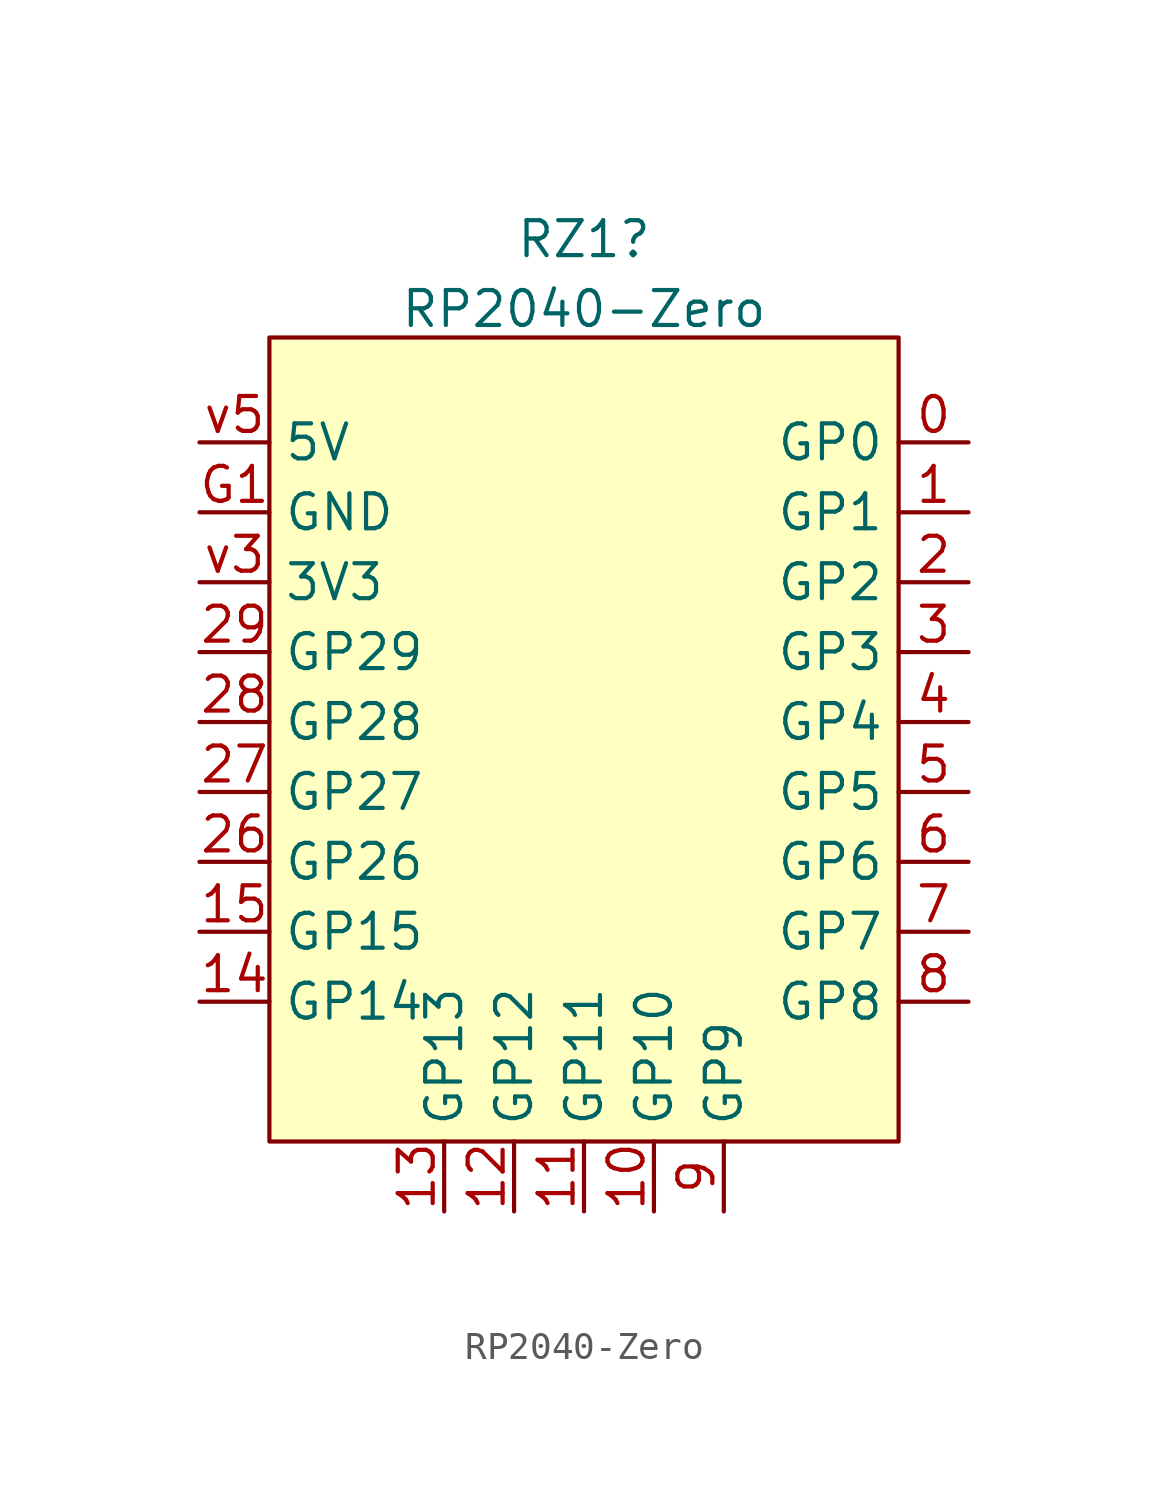
<source format=kicad_sym>
(kicad_symbol_lib
  (version 20220914)
  (generator kicad_symbol_editor)
  (symbol "RP2040-Zero"
    (property "Reference" "RZ1"
      (at 1.27 17.543 0)
      (effects (font (size 1.27 1.27))))
    (property "Value" "RP2040-Zero"
      (at 1.27 15.006 0)
      (effects (font (size 1.27 1.27))))
    (symbol "RP2040-Zero_0_1"
      (rectangle (start -10.16 13.97) (end 12.7 -15.24) (stroke (width 0) (type default)) (fill (type background))))
    (symbol "RP2040-Zero_1_1"
      (pin bidirectional line (at 15.24 10.16 180) (length 2.54) (name "GP0" (effects (font (size 1.27 1.27)))) (number "0" (effects (font (size 1.27 1.27)))))
      (pin bidirectional line (at 15.24 7.62 180) (length 2.54) (name "GP1" (effects (font (size 1.27 1.27)))) (number "1" (effects (font (size 1.27 1.27)))))
      (pin bidirectional line (at 3.81 -17.78 90) (length 2.54) (name "GP10" (effects (font (size 1.27 1.27)))) (number "10" (effects (font (size 1.27 1.27)))))
      (pin bidirectional line (at 1.27 -17.78 90) (length 2.54) (name "GP11" (effects (font (size 1.27 1.27)))) (number "11" (effects (font (size 1.27 1.27)))))
      (pin bidirectional line (at -1.27 -17.78 90) (length 2.54) (name "GP12" (effects (font (size 1.27 1.27)))) (number "12" (effects (font (size 1.27 1.27)))))
      (pin bidirectional line (at -3.81 -17.78 90) (length 2.54) (name "GP13" (effects (font (size 1.27 1.27)))) (number "13" (effects (font (size 1.27 1.27)))))
      (pin bidirectional line (at -12.7 -10.16 0) (length 2.54) (name "GP14" (effects (font (size 1.27 1.27)))) (number "14" (effects (font (size 1.27 1.27)))))
      (pin bidirectional line (at -12.7 -7.62 0) (length 2.54) (name "GP15" (effects (font (size 1.27 1.27)))) (number "15" (effects (font (size 1.27 1.27)))))
      (pin bidirectional line (at 15.24 5.08 180) (length 2.54) (name "GP2" (effects (font (size 1.27 1.27)))) (number "2" (effects (font (size 1.27 1.27)))))
      (pin bidirectional line (at -12.7 -5.08 0) (length 2.54) (name "GP26" (effects (font (size 1.27 1.27)))) (number "26" (effects (font (size 1.27 1.27)))))
      (pin bidirectional line (at -12.7 -2.54 0) (length 2.54) (name "GP27" (effects (font (size 1.27 1.27)))) (number "27" (effects (font (size 1.27 1.27)))))
      (pin bidirectional line (at -12.7 0 0) (length 2.54) (name "GP28" (effects (font (size 1.27 1.27)))) (number "28" (effects (font (size 1.27 1.27)))))
      (pin bidirectional line (at -12.7 2.54 0) (length 2.54) (name "GP29" (effects (font (size 1.27 1.27)))) (number "29" (effects (font (size 1.27 1.27)))))
      (pin bidirectional line (at 15.24 2.54 180) (length 2.54) (name "GP3" (effects (font (size 1.27 1.27)))) (number "3" (effects (font (size 1.27 1.27)))))
      (pin bidirectional line (at 15.24 0 180) (length 2.54) (name "GP4" (effects (font (size 1.27 1.27)))) (number "4" (effects (font (size 1.27 1.27)))))
      (pin bidirectional line (at 15.24 -2.54 180) (length 2.54) (name "GP5" (effects (font (size 1.27 1.27)))) (number "5" (effects (font (size 1.27 1.27)))))
      (pin bidirectional line (at 15.24 -5.08 180) (length 2.54) (name "GP6" (effects (font (size 1.27 1.27)))) (number "6" (effects (font (size 1.27 1.27)))))
      (pin bidirectional line (at 15.24 -7.62 180) (length 2.54) (name "GP7" (effects (font (size 1.27 1.27)))) (number "7" (effects (font (size 1.27 1.27)))))
      (pin bidirectional line (at 15.24 -10.16 180) (length 2.54) (name "GP8" (effects (font (size 1.27 1.27)))) (number "8" (effects (font (size 1.27 1.27)))))
      (pin bidirectional line (at 6.35 -17.78 90) (length 2.54) (name "GP9" (effects (font (size 1.27 1.27)))) (number "9" (effects (font (size 1.27 1.27)))))
      (pin power_in line (at -12.7 7.62 0) (length 2.54) (name "GND" (effects (font (size 1.27 1.27)))) (number "G1" (effects (font (size 1.27 1.27)))))
      (pin power_in line (at -12.7 5.08 0) (length 2.54) (name "3V3" (effects (font (size 1.27 1.27)))) (number "v3" (effects (font (size 1.27 1.27)))))
      (pin power_in line (at -12.7 10.16 0) (length 2.54) (name "5V" (effects (font (size 1.27 1.27)))) (number "v5" (effects (font (size 1.27 1.27))))))))
</source>
